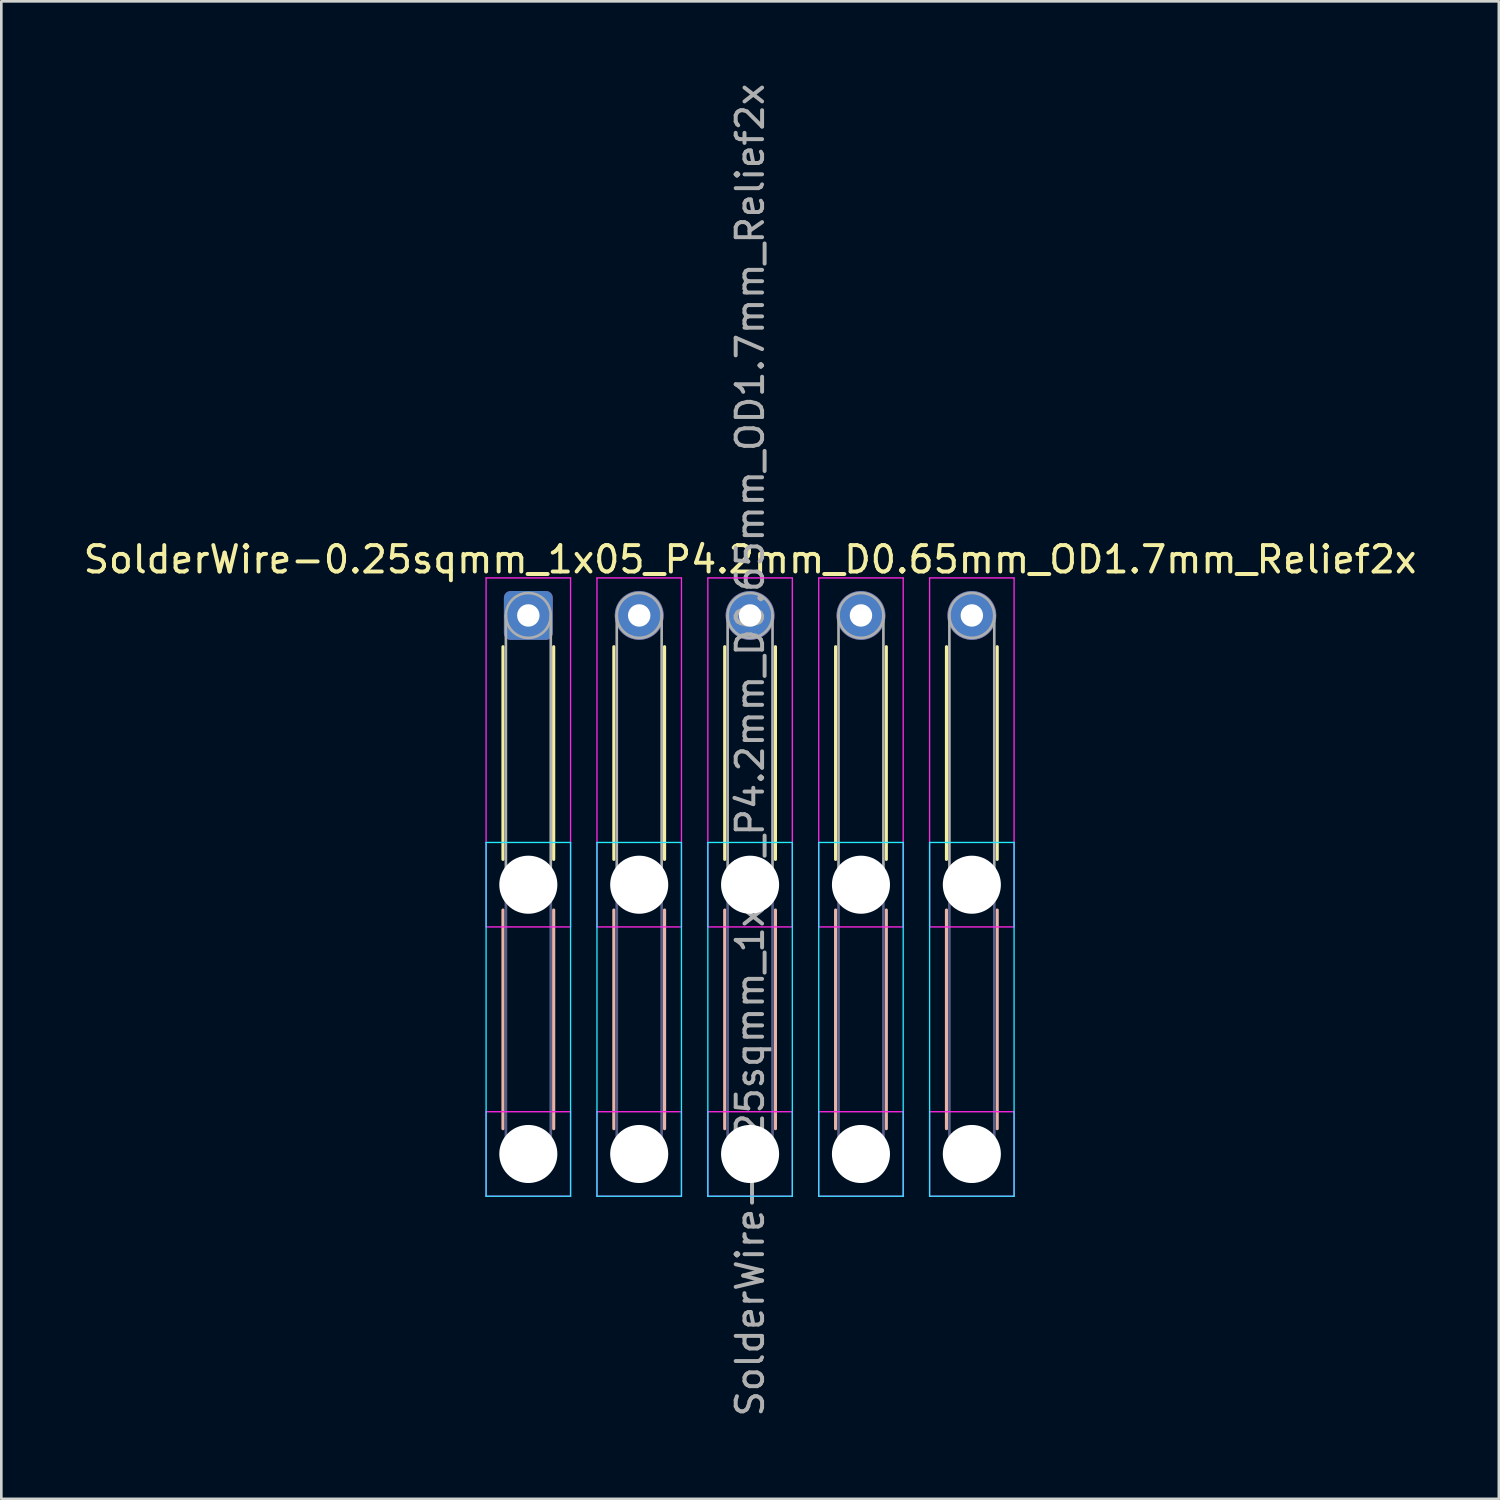
<source format=kicad_pcb>
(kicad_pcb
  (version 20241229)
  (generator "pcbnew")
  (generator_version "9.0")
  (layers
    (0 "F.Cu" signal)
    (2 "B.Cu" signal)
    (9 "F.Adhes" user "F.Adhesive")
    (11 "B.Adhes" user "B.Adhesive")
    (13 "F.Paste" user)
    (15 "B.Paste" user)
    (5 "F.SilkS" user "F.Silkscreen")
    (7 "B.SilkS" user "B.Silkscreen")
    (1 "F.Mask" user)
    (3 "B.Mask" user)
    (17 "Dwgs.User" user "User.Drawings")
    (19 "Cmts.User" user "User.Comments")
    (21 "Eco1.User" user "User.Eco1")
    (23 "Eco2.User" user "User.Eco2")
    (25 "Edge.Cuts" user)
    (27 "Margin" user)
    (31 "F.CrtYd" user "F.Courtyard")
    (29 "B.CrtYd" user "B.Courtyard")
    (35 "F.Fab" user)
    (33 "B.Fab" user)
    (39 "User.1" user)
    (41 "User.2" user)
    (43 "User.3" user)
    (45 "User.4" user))
  (footprint "SolderWire-0.25sqmm_1x05_P4.2mm_D0.65mm_OD1.7mm_Relief2x"
    (layer "F.Cu")
    (at 16.963 20.263)
    (property "Reference" "SolderWire-0.25sqmm_1x05_P4.2mm_D0.65mm_OD1.7mm_Relief2x" (at 8.4 -2.12 0) (layer "F.SilkS") (effects (font (size 1 1) (thickness 0.15))))
    (attr exclude_from_pos_files exclude_from_bom)
    (fp_line (start -0.96 1.185) (end -0.96 9.24) (stroke (width 0.12) (type solid)) (layer "F.SilkS"))
    (fp_line (start 0.96 1.185) (end 0.96 9.24) (stroke (width 0.12) (type solid)) (layer "F.SilkS"))
    (fp_line (start 3.24 1.185) (end 3.24 9.24) (stroke (width 0.12) (type solid)) (layer "F.SilkS"))
    (fp_line (start 5.16 1.185) (end 5.16 9.24) (stroke (width 0.12) (type solid)) (layer "F.SilkS"))
    (fp_line (start 7.44 1.185) (end 7.44 9.24) (stroke (width 0.12) (type solid)) (layer "F.SilkS"))
    (fp_line (start 9.36 1.185) (end 9.36 9.24) (stroke (width 0.12) (type solid)) (layer "F.SilkS"))
    (fp_line (start 11.64 1.185) (end 11.64 9.24) (stroke (width 0.12) (type solid)) (layer "F.SilkS"))
    (fp_line (start 13.56 1.185) (end 13.56 9.24) (stroke (width 0.12) (type solid)) (layer "F.SilkS"))
    (fp_line (start 15.84 1.185) (end 15.84 9.24) (stroke (width 0.12) (type solid)) (layer "F.SilkS"))
    (fp_line (start 17.76 1.185) (end 17.76 9.24) (stroke (width 0.12) (type solid)) (layer "F.SilkS"))
    (fp_line (start -0.96 11.16) (end -0.96 19.44) (stroke (width 0.12) (type solid)) (layer "B.SilkS"))
    (fp_line (start 0.96 11.16) (end 0.96 19.44) (stroke (width 0.12) (type solid)) (layer "B.SilkS"))
    (fp_line (start 3.24 11.16) (end 3.24 19.44) (stroke (width 0.12) (type solid)) (layer "B.SilkS"))
    (fp_line (start 5.16 11.16) (end 5.16 19.44) (stroke (width 0.12) (type solid)) (layer "B.SilkS"))
    (fp_line (start 7.44 11.16) (end 7.44 19.44) (stroke (width 0.12) (type solid)) (layer "B.SilkS"))
    (fp_line (start 9.36 11.16) (end 9.36 19.44) (stroke (width 0.12) (type solid)) (layer "B.SilkS"))
    (fp_line (start 11.64 11.16) (end 11.64 19.44) (stroke (width 0.12) (type solid)) (layer "B.SilkS"))
    (fp_line (start 13.56 11.16) (end 13.56 19.44) (stroke (width 0.12) (type solid)) (layer "B.SilkS"))
    (fp_line (start 15.84 11.16) (end 15.84 19.44) (stroke (width 0.12) (type solid)) (layer "B.SilkS"))
    (fp_line (start 17.76 11.16) (end 17.76 19.44) (stroke (width 0.12) (type solid)) (layer "B.SilkS"))
    (fp_line (start -1.6 8.6) (end -1.6 22) (stroke (width 0.05) (type solid)) (layer "B.CrtYd"))
    (fp_line (start -1.6 22) (end 1.6 22) (stroke (width 0.05) (type solid)) (layer "B.CrtYd"))
    (fp_line (start 1.6 8.6) (end -1.6 8.6) (stroke (width 0.05) (type solid)) (layer "B.CrtYd"))
    (fp_line (start 1.6 22) (end 1.6 8.6) (stroke (width 0.05) (type solid)) (layer "B.CrtYd"))
    (fp_line (start 2.6 8.6) (end 2.6 22) (stroke (width 0.05) (type solid)) (layer "B.CrtYd"))
    (fp_line (start 2.6 22) (end 5.8 22) (stroke (width 0.05) (type solid)) (layer "B.CrtYd"))
    (fp_line (start 5.8 8.6) (end 2.6 8.6) (stroke (width 0.05) (type solid)) (layer "B.CrtYd"))
    (fp_line (start 5.8 22) (end 5.8 8.6) (stroke (width 0.05) (type solid)) (layer "B.CrtYd"))
    (fp_line (start 6.8 8.6) (end 6.8 22) (stroke (width 0.05) (type solid)) (layer "B.CrtYd"))
    (fp_line (start 6.8 22) (end 10 22) (stroke (width 0.05) (type solid)) (layer "B.CrtYd"))
    (fp_line (start 10 8.6) (end 6.8 8.6) (stroke (width 0.05) (type solid)) (layer "B.CrtYd"))
    (fp_line (start 10 22) (end 10 8.6) (stroke (width 0.05) (type solid)) (layer "B.CrtYd"))
    (fp_line (start 11 8.6) (end 11 22) (stroke (width 0.05) (type solid)) (layer "B.CrtYd"))
    (fp_line (start 11 22) (end 14.2 22) (stroke (width 0.05) (type solid)) (layer "B.CrtYd"))
    (fp_line (start 14.2 8.6) (end 11 8.6) (stroke (width 0.05) (type solid)) (layer "B.CrtYd"))
    (fp_line (start 14.2 22) (end 14.2 8.6) (stroke (width 0.05) (type solid)) (layer "B.CrtYd"))
    (fp_line (start 15.2 8.6) (end 15.2 22) (stroke (width 0.05) (type solid)) (layer "B.CrtYd"))
    (fp_line (start 15.2 22) (end 18.4 22) (stroke (width 0.05) (type solid)) (layer "B.CrtYd"))
    (fp_line (start 18.4 8.6) (end 15.2 8.6) (stroke (width 0.05) (type solid)) (layer "B.CrtYd"))
    (fp_line (start 18.4 22) (end 18.4 8.6) (stroke (width 0.05) (type solid)) (layer "B.CrtYd"))
    (fp_line (start -1.6 -1.42) (end -1.6 11.8) (stroke (width 0.05) (type solid)) (layer "F.CrtYd"))
    (fp_line (start -1.6 11.8) (end 1.6 11.8) (stroke (width 0.05) (type solid)) (layer "F.CrtYd"))
    (fp_line (start -1.6 18.8) (end -1.6 22) (stroke (width 0.05) (type solid)) (layer "F.CrtYd"))
    (fp_line (start -1.6 22) (end 1.6 22) (stroke (width 0.05) (type solid)) (layer "F.CrtYd"))
    (fp_line (start 1.6 -1.42) (end -1.6 -1.42) (stroke (width 0.05) (type solid)) (layer "F.CrtYd"))
    (fp_line (start 1.6 11.8) (end 1.6 -1.42) (stroke (width 0.05) (type solid)) (layer "F.CrtYd"))
    (fp_line (start 1.6 18.8) (end -1.6 18.8) (stroke (width 0.05) (type solid)) (layer "F.CrtYd"))
    (fp_line (start 1.6 22) (end 1.6 18.8) (stroke (width 0.05) (type solid)) (layer "F.CrtYd"))
    (fp_line (start 2.6 -1.42) (end 2.6 11.8) (stroke (width 0.05) (type solid)) (layer "F.CrtYd"))
    (fp_line (start 2.6 11.8) (end 5.8 11.8) (stroke (width 0.05) (type solid)) (layer "F.CrtYd"))
    (fp_line (start 2.6 18.8) (end 2.6 22) (stroke (width 0.05) (type solid)) (layer "F.CrtYd"))
    (fp_line (start 2.6 22) (end 5.8 22) (stroke (width 0.05) (type solid)) (layer "F.CrtYd"))
    (fp_line (start 5.8 -1.42) (end 2.6 -1.42) (stroke (width 0.05) (type solid)) (layer "F.CrtYd"))
    (fp_line (start 5.8 11.8) (end 5.8 -1.42) (stroke (width 0.05) (type solid)) (layer "F.CrtYd"))
    (fp_line (start 5.8 18.8) (end 2.6 18.8) (stroke (width 0.05) (type solid)) (layer "F.CrtYd"))
    (fp_line (start 5.8 22) (end 5.8 18.8) (stroke (width 0.05) (type solid)) (layer "F.CrtYd"))
    (fp_line (start 6.8 -1.42) (end 6.8 11.8) (stroke (width 0.05) (type solid)) (layer "F.CrtYd"))
    (fp_line (start 6.8 11.8) (end 10 11.8) (stroke (width 0.05) (type solid)) (layer "F.CrtYd"))
    (fp_line (start 6.8 18.8) (end 6.8 22) (stroke (width 0.05) (type solid)) (layer "F.CrtYd"))
    (fp_line (start 6.8 22) (end 10 22) (stroke (width 0.05) (type solid)) (layer "F.CrtYd"))
    (fp_line (start 10 -1.42) (end 6.8 -1.42) (stroke (width 0.05) (type solid)) (layer "F.CrtYd"))
    (fp_line (start 10 11.8) (end 10 -1.42) (stroke (width 0.05) (type solid)) (layer "F.CrtYd"))
    (fp_line (start 10 18.8) (end 6.8 18.8) (stroke (width 0.05) (type solid)) (layer "F.CrtYd"))
    (fp_line (start 10 22) (end 10 18.8) (stroke (width 0.05) (type solid)) (layer "F.CrtYd"))
    (fp_line (start 11 -1.42) (end 11 11.8) (stroke (width 0.05) (type solid)) (layer "F.CrtYd"))
    (fp_line (start 11 11.8) (end 14.2 11.8) (stroke (width 0.05) (type solid)) (layer "F.CrtYd"))
    (fp_line (start 11 18.8) (end 11 22) (stroke (width 0.05) (type solid)) (layer "F.CrtYd"))
    (fp_line (start 11 22) (end 14.2 22) (stroke (width 0.05) (type solid)) (layer "F.CrtYd"))
    (fp_line (start 14.2 -1.42) (end 11 -1.42) (stroke (width 0.05) (type solid)) (layer "F.CrtYd"))
    (fp_line (start 14.2 11.8) (end 14.2 -1.42) (stroke (width 0.05) (type solid)) (layer "F.CrtYd"))
    (fp_line (start 14.2 18.8) (end 11 18.8) (stroke (width 0.05) (type solid)) (layer "F.CrtYd"))
    (fp_line (start 14.2 22) (end 14.2 18.8) (stroke (width 0.05) (type solid)) (layer "F.CrtYd"))
    (fp_line (start 15.2 -1.42) (end 15.2 11.8) (stroke (width 0.05) (type solid)) (layer "F.CrtYd"))
    (fp_line (start 15.2 11.8) (end 18.4 11.8) (stroke (width 0.05) (type solid)) (layer "F.CrtYd"))
    (fp_line (start 15.2 18.8) (end 15.2 22) (stroke (width 0.05) (type solid)) (layer "F.CrtYd"))
    (fp_line (start 15.2 22) (end 18.4 22) (stroke (width 0.05) (type solid)) (layer "F.CrtYd"))
    (fp_line (start 18.4 -1.42) (end 15.2 -1.42) (stroke (width 0.05) (type solid)) (layer "F.CrtYd"))
    (fp_line (start 18.4 11.8) (end 18.4 -1.42) (stroke (width 0.05) (type solid)) (layer "F.CrtYd"))
    (fp_line (start 18.4 18.8) (end 15.2 18.8) (stroke (width 0.05) (type solid)) (layer "F.CrtYd"))
    (fp_line (start 18.4 22) (end 18.4 18.8) (stroke (width 0.05) (type solid)) (layer "F.CrtYd"))
    (fp_line (start -0.85 10.2) (end -0.85 20.4) (stroke (width 0.1) (type solid)) (layer "B.Fab"))
    (fp_line (start 0.85 10.2) (end 0.85 20.4) (stroke (width 0.1) (type solid)) (layer "B.Fab"))
    (fp_line (start 3.35 10.2) (end 3.35 20.4) (stroke (width 0.1) (type solid)) (layer "B.Fab"))
    (fp_line (start 5.05 10.2) (end 5.05 20.4) (stroke (width 0.1) (type solid)) (layer "B.Fab"))
    (fp_line (start 7.55 10.2) (end 7.55 20.4) (stroke (width 0.1) (type solid)) (layer "B.Fab"))
    (fp_line (start 9.25 10.2) (end 9.25 20.4) (stroke (width 0.1) (type solid)) (layer "B.Fab"))
    (fp_line (start 11.75 10.2) (end 11.75 20.4) (stroke (width 0.1) (type solid)) (layer "B.Fab"))
    (fp_line (start 13.45 10.2) (end 13.45 20.4) (stroke (width 0.1) (type solid)) (layer "B.Fab"))
    (fp_line (start 15.95 10.2) (end 15.95 20.4) (stroke (width 0.1) (type solid)) (layer "B.Fab"))
    (fp_line (start 17.65 10.2) (end 17.65 20.4) (stroke (width 0.1) (type solid)) (layer "B.Fab"))
    (fp_circle (center 0 10.2) (end 0.85 10.2) (stroke (width 0.1) (type solid)) (fill no) (layer "B.Fab"))
    (fp_circle (center 0 20.4) (end 0.85 20.4) (stroke (width 0.1) (type solid)) (fill no) (layer "B.Fab"))
    (fp_circle (center 4.2 10.2) (end 5.05 10.2) (stroke (width 0.1) (type solid)) (fill no) (layer "B.Fab"))
    (fp_circle (center 4.2 20.4) (end 5.05 20.4) (stroke (width 0.1) (type solid)) (fill no) (layer "B.Fab"))
    (fp_circle (center 8.4 10.2) (end 9.25 10.2) (stroke (width 0.1) (type solid)) (fill no) (layer "B.Fab"))
    (fp_circle (center 8.4 20.4) (end 9.25 20.4) (stroke (width 0.1) (type solid)) (fill no) (layer "B.Fab"))
    (fp_circle (center 12.6 10.2) (end 13.45 10.2) (stroke (width 0.1) (type solid)) (fill no) (layer "B.Fab"))
    (fp_circle (center 12.6 20.4) (end 13.45 20.4) (stroke (width 0.1) (type solid)) (fill no) (layer "B.Fab"))
    (fp_circle (center 16.8 10.2) (end 17.65 10.2) (stroke (width 0.1) (type solid)) (fill no) (layer "B.Fab"))
    (fp_circle (center 16.8 20.4) (end 17.65 20.4) (stroke (width 0.1) (type solid)) (fill no) (layer "B.Fab"))
    (fp_line (start -0.85 0) (end -0.85 10.2) (stroke (width 0.1) (type solid)) (layer "F.Fab"))
    (fp_line (start 0.85 0) (end 0.85 10.2) (stroke (width 0.1) (type solid)) (layer "F.Fab"))
    (fp_line (start 3.35 0) (end 3.35 10.2) (stroke (width 0.1) (type solid)) (layer "F.Fab"))
    (fp_line (start 5.05 0) (end 5.05 10.2) (stroke (width 0.1) (type solid)) (layer "F.Fab"))
    (fp_line (start 7.55 0) (end 7.55 10.2) (stroke (width 0.1) (type solid)) (layer "F.Fab"))
    (fp_line (start 9.25 0) (end 9.25 10.2) (stroke (width 0.1) (type solid)) (layer "F.Fab"))
    (fp_line (start 11.75 0) (end 11.75 10.2) (stroke (width 0.1) (type solid)) (layer "F.Fab"))
    (fp_line (start 13.45 0) (end 13.45 10.2) (stroke (width 0.1) (type solid)) (layer "F.Fab"))
    (fp_line (start 15.95 0) (end 15.95 10.2) (stroke (width 0.1) (type solid)) (layer "F.Fab"))
    (fp_line (start 17.65 0) (end 17.65 10.2) (stroke (width 0.1) (type solid)) (layer "F.Fab"))
    (fp_circle (center 0 0) (end 0.85 0) (stroke (width 0.1) (type solid)) (fill no) (layer "F.Fab"))
    (fp_circle (center 0 10.2) (end 0.85 10.2) (stroke (width 0.1) (type solid)) (fill no) (layer "F.Fab"))
    (fp_circle (center 0 20.4) (end 0.85 20.4) (stroke (width 0.1) (type solid)) (fill no) (layer "F.Fab"))
    (fp_circle (center 4.2 0) (end 5.05 0) (stroke (width 0.1) (type solid)) (fill no) (layer "F.Fab"))
    (fp_circle (center 4.2 10.2) (end 5.05 10.2) (stroke (width 0.1) (type solid)) (fill no) (layer "F.Fab"))
    (fp_circle (center 4.2 20.4) (end 5.05 20.4) (stroke (width 0.1) (type solid)) (fill no) (layer "F.Fab"))
    (fp_circle (center 8.4 0) (end 9.25 0) (stroke (width 0.1) (type solid)) (fill no) (layer "F.Fab"))
    (fp_circle (center 8.4 10.2) (end 9.25 10.2) (stroke (width 0.1) (type solid)) (fill no) (layer "F.Fab"))
    (fp_circle (center 8.4 20.4) (end 9.25 20.4) (stroke (width 0.1) (type solid)) (fill no) (layer "F.Fab"))
    (fp_circle (center 12.6 0) (end 13.45 0) (stroke (width 0.1) (type solid)) (fill no) (layer "F.Fab"))
    (fp_circle (center 12.6 10.2) (end 13.45 10.2) (stroke (width 0.1) (type solid)) (fill no) (layer "F.Fab"))
    (fp_circle (center 12.6 20.4) (end 13.45 20.4) (stroke (width 0.1) (type solid)) (fill no) (layer "F.Fab"))
    (fp_circle (center 16.8 0) (end 17.65 0) (stroke (width 0.1) (type solid)) (fill no) (layer "F.Fab"))
    (fp_circle (center 16.8 10.2) (end 17.65 10.2) (stroke (width 0.1) (type solid)) (fill no) (layer "F.Fab"))
    (fp_circle (center 16.8 20.4) (end 17.65 20.4) (stroke (width 0.1) (type solid)) (fill no) (layer "F.Fab"))
    (fp_text user "${REFERENCE}" (at 8.4 5.1 90) (layer "F.Fab") (effects (font (size 1 1) (thickness 0.15))))
    (pad "" np_thru_hole circle (at 0 10.2) (size 2.2 2.2) (drill 2.2) (layers "*.Cu" "*.Mask"))
    (pad "" np_thru_hole circle (at 0 20.4) (size 2.2 2.2) (drill 2.2) (layers "*.Cu" "*.Mask"))
    (pad "" np_thru_hole circle (at 4.2 10.2) (size 2.2 2.2) (drill 2.2) (layers "*.Cu" "*.Mask"))
    (pad "" np_thru_hole circle (at 4.2 20.4) (size 2.2 2.2) (drill 2.2) (layers "*.Cu" "*.Mask"))
    (pad "" np_thru_hole circle (at 8.4 10.2) (size 2.2 2.2) (drill 2.2) (layers "*.Cu" "*.Mask"))
    (pad "" np_thru_hole circle (at 8.4 20.4) (size 2.2 2.2) (drill 2.2) (layers "*.Cu" "*.Mask"))
    (pad "" np_thru_hole circle (at 12.6 10.2) (size 2.2 2.2) (drill 2.2) (layers "*.Cu" "*.Mask"))
    (pad "" np_thru_hole circle (at 12.6 20.4) (size 2.2 2.2) (drill 2.2) (layers "*.Cu" "*.Mask"))
    (pad "" np_thru_hole circle (at 16.8 10.2) (size 2.2 2.2) (drill 2.2) (layers "*.Cu" "*.Mask"))
    (pad "" np_thru_hole circle (at 16.8 20.4) (size 2.2 2.2) (drill 2.2) (layers "*.Cu" "*.Mask"))
    (pad "1" thru_hole roundrect (at 0 0) (size 1.85 1.85) (drill 0.85) (layers "*.Cu" "*.Mask") (roundrect_rratio 0.135))
    (pad "2" thru_hole circle (at 4.2 0) (size 1.85 1.85) (drill 0.85) (layers "*.Cu" "*.Mask"))
    (pad "3" thru_hole circle (at 8.4 0) (size 1.85 1.85) (drill 0.85) (layers "*.Cu" "*.Mask"))
    (pad "4" thru_hole circle (at 12.6 0) (size 1.85 1.85) (drill 0.85) (layers "*.Cu" "*.Mask"))
    (pad "5" thru_hole circle (at 16.8 0) (size 1.85 1.85) (drill 0.85) (layers "*.Cu" "*.Mask")))
  (gr_rect
    (start -3 -3)
    (end 53.726 53.726)
    (stroke (width 0.1) (type default))
    (fill no)
    (layer "Edge.Cuts")))
</source>
